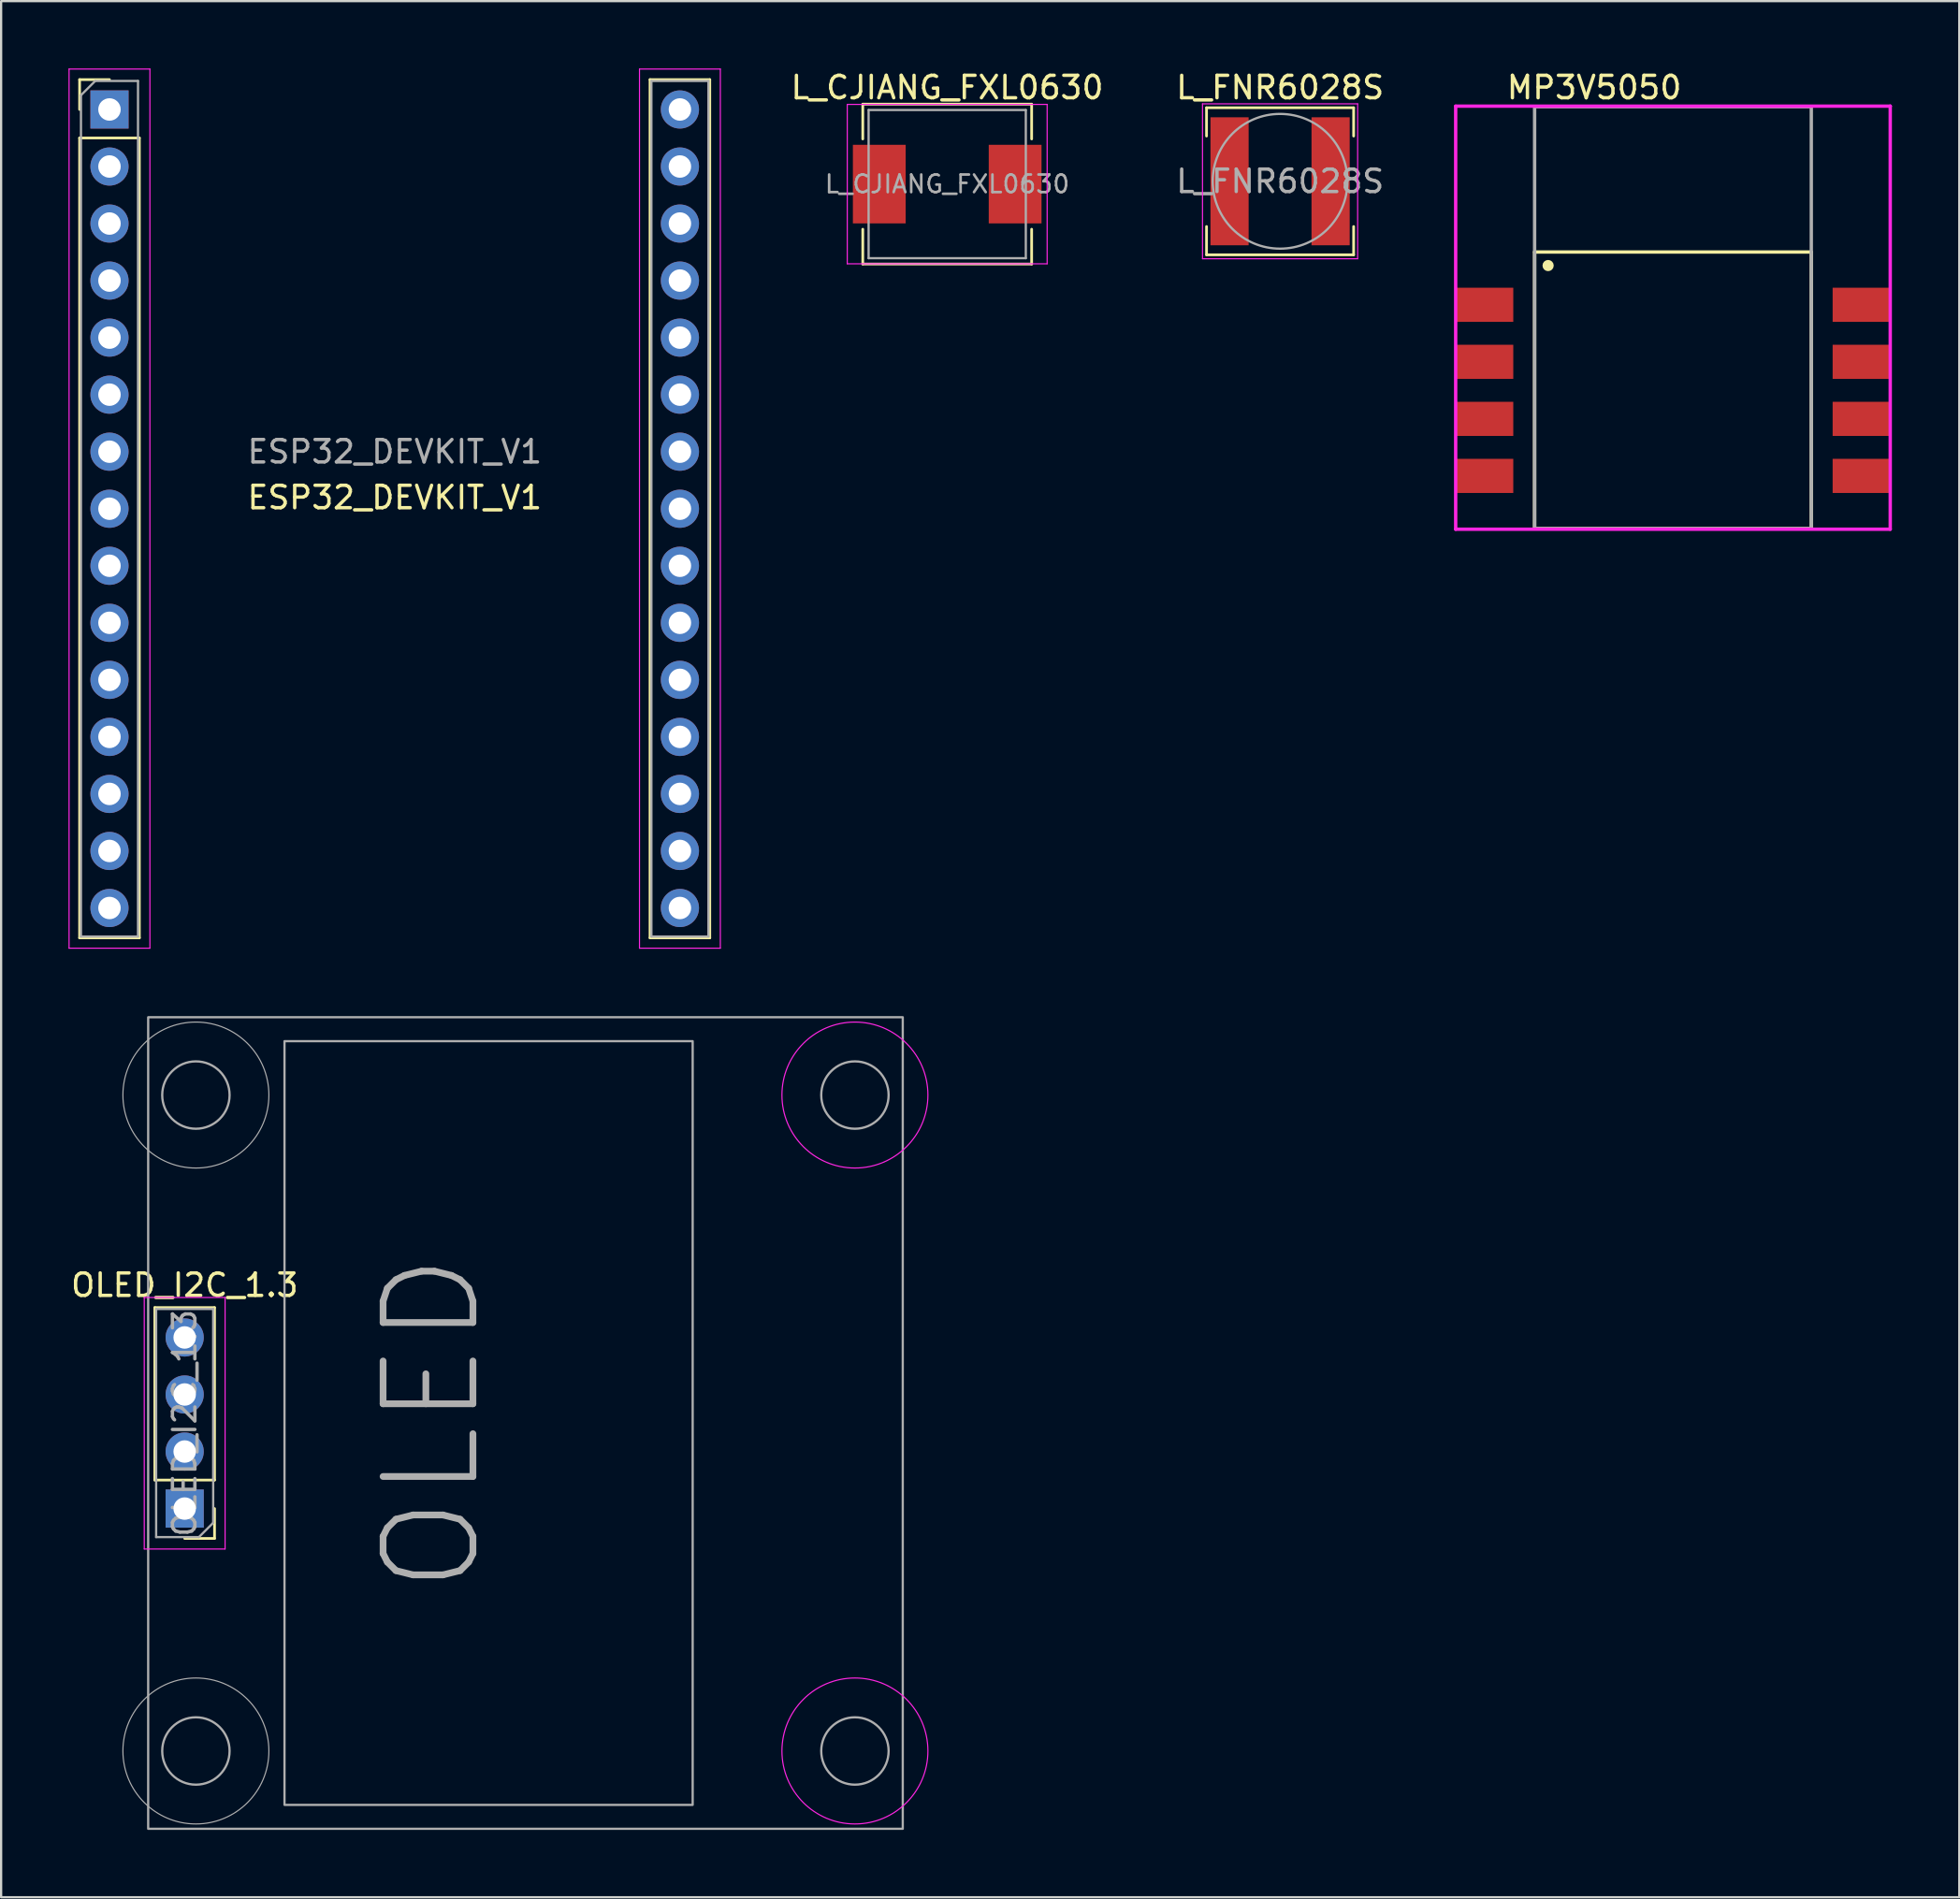
<source format=kicad_pcb>
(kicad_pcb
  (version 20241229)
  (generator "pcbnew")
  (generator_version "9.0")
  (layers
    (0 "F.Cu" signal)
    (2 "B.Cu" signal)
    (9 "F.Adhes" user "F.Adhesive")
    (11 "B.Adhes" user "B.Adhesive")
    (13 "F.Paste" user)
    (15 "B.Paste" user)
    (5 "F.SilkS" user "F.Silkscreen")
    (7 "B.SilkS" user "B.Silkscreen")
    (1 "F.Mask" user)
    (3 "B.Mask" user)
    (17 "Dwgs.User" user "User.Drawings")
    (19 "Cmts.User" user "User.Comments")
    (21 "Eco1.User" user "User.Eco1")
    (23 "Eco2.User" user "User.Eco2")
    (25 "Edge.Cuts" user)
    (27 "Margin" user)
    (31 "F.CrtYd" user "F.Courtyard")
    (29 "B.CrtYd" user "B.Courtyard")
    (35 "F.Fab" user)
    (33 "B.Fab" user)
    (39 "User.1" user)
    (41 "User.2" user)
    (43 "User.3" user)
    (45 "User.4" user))
  (footprint "L_FNR6028S"
    (layer "F.Cu")
    (at 53.949 5.023)
    (property "Reference" "L_FNR6028S" (at 0 -4.175 0) (layer "F.SilkS") (effects (font (size 1 1) (thickness 0.15))))
    (attr smd)
    (fp_line (start -3.275 -3.275) (end 3.275 -3.275) (stroke (width 0.12) (type solid)) (layer "F.SilkS"))
    (fp_line (start -3.275 -2.014) (end -3.275 -3.275) (stroke (width 0.12) (type solid)) (layer "F.SilkS"))
    (fp_line (start -3.275 2.014) (end -3.275 3.275) (stroke (width 0.12) (type solid)) (layer "F.SilkS"))
    (fp_line (start -3.275 3.275) (end 3.275 3.275) (stroke (width 0.12) (type solid)) (layer "F.SilkS"))
    (fp_line (start 3.275 -3.275) (end 3.275 -2.014) (stroke (width 0.12) (type solid)) (layer "F.SilkS"))
    (fp_line (start 3.275 3.275) (end 3.275 2.014) (stroke (width 0.12) (type solid)) (layer "F.SilkS"))
    (fp_line (start -3.454 -3.45) (end -3.454 3.45) (stroke (width 0.05) (type solid)) (layer "F.CrtYd"))
    (fp_line (start -3.454 3.45) (end 3.454 3.45) (stroke (width 0.05) (type solid)) (layer "F.CrtYd"))
    (fp_line (start 3.454 -3.45) (end -3.454 -3.45) (stroke (width 0.05) (type solid)) (layer "F.CrtYd"))
    (fp_line (start 3.454 3.45) (end 3.454 -3.45) (stroke (width 0.05) (type solid)) (layer "F.CrtYd"))
    (fp_circle (center 0 0) (end 3 0) (stroke (width 0.1) (type default)) (fill no) (layer "F.Fab"))
    (fp_text user "${REFERENCE}" (at 0 0 0) (layer "F.Fab") (effects (font (size 1 1) (thickness 0.15))))
    (pad "1" smd rect (at -2.25 0) (size 1.7 5.7) (layers "F.Cu" "F.Mask" "F.Paste"))
    (pad "2" smd rect (at 2.25 0) (size 1.7 5.7) (layers "F.Cu" "F.Mask" "F.Paste")))
  (footprint "MP3V5050"
    (layer "F.Cu")
    (at 71.443 14.333)
    (property "Reference" "MP3V5050" (at -7.485 -13.485 0) (layer "F.SilkS") (effects (font (size 1 1) (thickness 0.15)) (justify left)))
    (attr smd)
    (fp_line (start -6.16 -6.16) (end 6.16 -6.16) (stroke (width 0.15) (type solid)) (layer "F.SilkS"))
    (fp_line (start -6.16 6.16) (end -6.16 -6.16) (stroke (width 0.15) (type solid)) (layer "F.SilkS"))
    (fp_line (start -6.16 6.16) (end 6.16 6.16) (stroke (width 0.15) (type solid)) (layer "F.SilkS"))
    (fp_line (start 6.16 6.16) (end 6.16 -6.16) (stroke (width 0.15) (type solid)) (layer "F.SilkS"))
    (fp_circle (center -5.559 -5.557) (end -5.434 -5.557) (stroke (width 0.25) (type solid)) (fill no) (layer "F.SilkS"))
    (fp_line (start -9.675 -12.655) (end -9.675 6.185) (stroke (width 0.15) (type solid)) (layer "F.CrtYd"))
    (fp_line (start -9.675 6.185) (end 9.675 6.185) (stroke (width 0.15) (type solid)) (layer "F.CrtYd"))
    (fp_line (start 9.675 -12.655) (end -9.675 -12.655) (stroke (width 0.15) (type solid)) (layer "F.CrtYd"))
    (fp_line (start 9.675 -12.655) (end 9.675 -12.655) (stroke (width 0.15) (type solid)) (layer "F.CrtYd"))
    (fp_line (start 9.675 6.185) (end 9.675 -12.655) (stroke (width 0.15) (type solid)) (layer "F.CrtYd"))
    (fp_line (start -6.16 -12.63) (end 6.16 -12.63) (stroke (width 0.15) (type solid)) (layer "F.Fab"))
    (fp_line (start -6.16 6.16) (end -6.16 -12.63) (stroke (width 0.15) (type solid)) (layer "F.Fab"))
    (fp_line (start 6.16 -12.63) (end 6.16 6.16) (stroke (width 0.15) (type solid)) (layer "F.Fab"))
    (fp_line (start 6.16 6.16) (end -6.16 6.16) (stroke (width 0.15) (type solid)) (layer "F.Fab"))
    (pad "1" smd rect (at -8.38 -3.81) (size 2.54 1.52) (layers "F.Cu" "F.Mask" "F.Paste"))
    (pad "2" smd rect (at -8.38 -1.27) (size 2.54 1.52) (layers "F.Cu" "F.Mask" "F.Paste"))
    (pad "3" smd rect (at -8.38 1.27) (size 2.54 1.52) (layers "F.Cu" "F.Mask" "F.Paste"))
    (pad "4" smd rect (at -8.38 3.81) (size 2.54 1.52) (layers "F.Cu" "F.Mask" "F.Paste"))
    (pad "5" smd rect (at 8.38 3.81) (size 2.54 1.52) (layers "F.Cu" "F.Mask" "F.Paste"))
    (pad "6" smd rect (at 8.38 1.27) (size 2.54 1.52) (layers "F.Cu" "F.Mask" "F.Paste"))
    (pad "7" smd rect (at 8.38 -1.27) (size 2.54 1.52) (layers "F.Cu" "F.Mask" "F.Paste"))
    (pad "8" smd rect (at 8.38 -3.81) (size 2.54 1.52) (layers "F.Cu" "F.Mask" "F.Paste")))
  (footprint "ESP32_DEVKIT_V1"
    (layer "F.Cu")
    (at 14.525 19.605)
    (property "Reference" "ESP32_DEVKIT_V1" (at 0 -0.5 0) (unlocked yes) (layer "F.SilkS") (effects (font (size 1 1) (thickness 0.15))))
    (attr through_hole)
    (fp_line (start -14.03 -19.11) (end -12.7 -19.11) (stroke (width 0.12) (type solid)) (layer "F.SilkS"))
    (fp_line (start -14.03 -17.78) (end -14.03 -19.11) (stroke (width 0.12) (type solid)) (layer "F.SilkS"))
    (fp_line (start -14.03 -16.51) (end -14.03 19.11) (stroke (width 0.12) (type solid)) (layer "F.SilkS"))
    (fp_line (start -14.03 -16.51) (end -11.37 -16.51) (stroke (width 0.12) (type solid)) (layer "F.SilkS"))
    (fp_line (start -14.03 19.11) (end -11.37 19.11) (stroke (width 0.12) (type solid)) (layer "F.SilkS"))
    (fp_line (start -11.37 -16.51) (end -11.37 19.11) (stroke (width 0.12) (type solid)) (layer "F.SilkS"))
    (fp_line (start 11.37 -19.11) (end 11.37 19.11) (stroke (width 0.12) (type solid)) (layer "F.SilkS"))
    (fp_line (start 11.37 -19.11) (end 14.03 -19.11) (stroke (width 0.12) (type solid)) (layer "F.SilkS"))
    (fp_line (start 11.37 19.11) (end 14.03 19.11) (stroke (width 0.12) (type solid)) (layer "F.SilkS"))
    (fp_line (start 14.03 -19.11) (end 14.03 19.11) (stroke (width 0.12) (type solid)) (layer "F.SilkS"))
    (fp_line (start -14.5 -19.58) (end -14.5 19.57) (stroke (width 0.05) (type solid)) (layer "F.CrtYd"))
    (fp_line (start -14.5 19.57) (end -10.9 19.57) (stroke (width 0.05) (type solid)) (layer "F.CrtYd"))
    (fp_line (start -10.9 -19.58) (end -14.5 -19.58) (stroke (width 0.05) (type solid)) (layer "F.CrtYd"))
    (fp_line (start -10.9 19.57) (end -10.9 -19.58) (stroke (width 0.05) (type solid)) (layer "F.CrtYd"))
    (fp_line (start 10.9 -19.58) (end 10.9 19.57) (stroke (width 0.05) (type solid)) (layer "F.CrtYd"))
    (fp_line (start 10.9 19.57) (end 14.5 19.57) (stroke (width 0.05) (type solid)) (layer "F.CrtYd"))
    (fp_line (start 14.5 -19.58) (end 10.9 -19.58) (stroke (width 0.05) (type solid)) (layer "F.CrtYd"))
    (fp_line (start 14.5 19.57) (end 14.5 -19.58) (stroke (width 0.05) (type solid)) (layer "F.CrtYd"))
    (fp_line (start -13.97 -18.415) (end -13.335 -19.05) (stroke (width 0.1) (type solid)) (layer "F.Fab"))
    (fp_line (start -13.97 19.05) (end -13.97 -18.415) (stroke (width 0.1) (type solid)) (layer "F.Fab"))
    (fp_line (start -13.335 -19.05) (end -11.43 -19.05) (stroke (width 0.1) (type solid)) (layer "F.Fab"))
    (fp_line (start -11.43 -19.05) (end -11.43 19.05) (stroke (width 0.1) (type solid)) (layer "F.Fab"))
    (fp_line (start -11.43 19.05) (end -13.97 19.05) (stroke (width 0.1) (type solid)) (layer "F.Fab"))
    (fp_line (start 11.43 -19.05) (end 13.97 -19.05) (stroke (width 0.1) (type solid)) (layer "F.Fab"))
    (fp_line (start 11.43 19.05) (end 11.43 -19.05) (stroke (width 0.1) (type solid)) (layer "F.Fab"))
    (fp_line (start 13.97 -19.05) (end 13.97 19.05) (stroke (width 0.1) (type solid)) (layer "F.Fab"))
    (fp_line (start 13.97 19.05) (end 11.43 19.05) (stroke (width 0.1) (type solid)) (layer "F.Fab"))
    (fp_text user "${REFERENCE}" (at 0 -2.54 180) (layer "F.Fab") (effects (font (size 1 1) (thickness 0.15))))
    (pad "1" thru_hole rect (at -12.7 -17.78) (size 1.7 1.7) (drill 1) (layers "*.Cu" "*.Mask"))
    (pad "2" thru_hole oval (at -12.7 -15.24) (size 1.7 1.7) (drill 1) (layers "*.Cu" "*.Mask"))
    (pad "3" thru_hole oval (at -12.7 -12.7) (size 1.7 1.7) (drill 1) (layers "*.Cu" "*.Mask"))
    (pad "4" thru_hole oval (at -12.7 -10.16) (size 1.7 1.7) (drill 1) (layers "*.Cu" "*.Mask"))
    (pad "5" thru_hole oval (at -12.7 -7.62) (size 1.7 1.7) (drill 1) (layers "*.Cu" "*.Mask"))
    (pad "6" thru_hole oval (at -12.7 -5.08) (size 1.7 1.7) (drill 1) (layers "*.Cu" "*.Mask"))
    (pad "7" thru_hole oval (at -12.7 -2.54) (size 1.7 1.7) (drill 1) (layers "*.Cu" "*.Mask"))
    (pad "8" thru_hole oval (at -12.7 0) (size 1.7 1.7) (drill 1) (layers "*.Cu" "*.Mask"))
    (pad "9" thru_hole oval (at -12.7 2.54) (size 1.7 1.7) (drill 1) (layers "*.Cu" "*.Mask"))
    (pad "10" thru_hole oval (at -12.7 5.08) (size 1.7 1.7) (drill 1) (layers "*.Cu" "*.Mask"))
    (pad "11" thru_hole oval (at -12.7 7.62) (size 1.7 1.7) (drill 1) (layers "*.Cu" "*.Mask"))
    (pad "12" thru_hole oval (at -12.7 10.16) (size 1.7 1.7) (drill 1) (layers "*.Cu" "*.Mask"))
    (pad "13" thru_hole oval (at -12.7 12.7) (size 1.7 1.7) (drill 1) (layers "*.Cu" "*.Mask"))
    (pad "14" thru_hole oval (at -12.7 15.24) (size 1.7 1.7) (drill 1) (layers "*.Cu" "*.Mask"))
    (pad "15" thru_hole oval (at -12.7 17.78) (size 1.7 1.7) (drill 1) (layers "*.Cu" "*.Mask"))
    (pad "16" thru_hole oval (at 12.7 17.78) (size 1.7 1.7) (drill 1) (layers "*.Cu" "*.Mask"))
    (pad "17" thru_hole oval (at 12.7 15.24) (size 1.7 1.7) (drill 1) (layers "*.Cu" "*.Mask"))
    (pad "18" thru_hole oval (at 12.7 12.7) (size 1.7 1.7) (drill 1) (layers "*.Cu" "*.Mask"))
    (pad "19" thru_hole oval (at 12.7 10.16) (size 1.7 1.7) (drill 1) (layers "*.Cu" "*.Mask"))
    (pad "20" thru_hole oval (at 12.7 7.62) (size 1.7 1.7) (drill 1) (layers "*.Cu" "*.Mask"))
    (pad "21" thru_hole oval (at 12.7 5.08) (size 1.7 1.7) (drill 1) (layers "*.Cu" "*.Mask"))
    (pad "22" thru_hole oval (at 12.7 2.54) (size 1.7 1.7) (drill 1) (layers "*.Cu" "*.Mask"))
    (pad "23" thru_hole oval (at 12.7 0) (size 1.7 1.7) (drill 1) (layers "*.Cu" "*.Mask"))
    (pad "24" thru_hole oval (at 12.7 -2.54) (size 1.7 1.7) (drill 1) (layers "*.Cu" "*.Mask"))
    (pad "25" thru_hole oval (at 12.7 -5.08) (size 1.7 1.7) (drill 1) (layers "*.Cu" "*.Mask"))
    (pad "26" thru_hole oval (at 12.7 -7.62) (size 1.7 1.7) (drill 1) (layers "*.Cu" "*.Mask"))
    (pad "27" thru_hole oval (at 12.7 -10.16) (size 1.7 1.7) (drill 1) (layers "*.Cu" "*.Mask"))
    (pad "28" thru_hole oval (at 12.7 -12.7) (size 1.7 1.7) (drill 1) (layers "*.Cu" "*.Mask"))
    (pad "29" thru_hole oval (at 12.7 -15.24) (size 1.7 1.7) (drill 1) (layers "*.Cu" "*.Mask"))
    (pad "30" thru_hole oval (at 12.7 -17.78) (size 1.7 1.7) (drill 1) (layers "*.Cu" "*.Mask")))
  (footprint "OLED_I2C_1.3"
    (layer "F.Cu")
    (at 5.173 56.51)
    (property "Reference" "OLED_I2C_1.3" (at 0 -2.33 0) (layer "F.SilkS") (effects (font (size 1 1) (thickness 0.15))))
    (attr through_hole)
    (fp_line (start -1.33 6.35) (end -1.33 -1.33) (stroke (width 0.12) (type solid)) (layer "F.SilkS"))
    (fp_line (start 1.33 -1.33) (end -1.33 -1.33) (stroke (width 0.12) (type solid)) (layer "F.SilkS"))
    (fp_line (start 1.33 6.35) (end -1.33 6.35) (stroke (width 0.12) (type solid)) (layer "F.SilkS"))
    (fp_line (start 1.33 6.35) (end 1.33 -1.33) (stroke (width 0.12) (type solid)) (layer "F.SilkS"))
    (fp_line (start 1.33 7.62) (end 1.33 8.95) (stroke (width 0.12) (type solid)) (layer "F.SilkS"))
    (fp_line (start 1.33 8.95) (end 0 8.95) (stroke (width 0.12) (type solid)) (layer "F.SilkS"))
    (fp_line (start -1.8 -1.78) (end -1.8 9.42) (stroke (width 0.05) (type solid)) (layer "F.CrtYd"))
    (fp_line (start -1.8 9.42) (end 1.8 9.42) (stroke (width 0.05) (type solid)) (layer "F.CrtYd"))
    (fp_line (start 1.8 -1.78) (end -1.8 -1.78) (stroke (width 0.05) (type solid)) (layer "F.CrtYd"))
    (fp_line (start 1.8 9.42) (end 1.8 -1.78) (stroke (width 0.05) (type solid)) (layer "F.CrtYd"))
    (fp_circle (center 29.845 -10.795) (end 33.095 -10.795) (stroke (width 0.05) (type solid)) (fill no) (layer "F.CrtYd"))
    (fp_circle (center 29.845 18.415) (end 33.095 18.415) (stroke (width 0.05) (type solid)) (fill no) (layer "F.CrtYd"))
    (fp_line (start -1.27 -1.27) (end 1.27 -1.27) (stroke (width 0.1) (type solid)) (layer "F.Fab"))
    (fp_line (start -1.27 8.89) (end -1.27 -1.27) (stroke (width 0.1) (type solid)) (layer "F.Fab"))
    (fp_line (start 0.635 8.89) (end -1.27 8.89) (stroke (width 0.1) (type solid)) (layer "F.Fab"))
    (fp_line (start 1.27 -1.27) (end 1.27 8.255) (stroke (width 0.1) (type solid)) (layer "F.Fab"))
    (fp_line (start 1.27 8.255) (end 0.635 8.89) (stroke (width 0.1) (type solid)) (layer "F.Fab"))
    (fp_rect (start -1.625 -14.26) (end 31.975 21.88) (stroke (width 0.1) (type solid)) (fill no) (layer "F.Fab"))
    (fp_rect (start 4.445 -13.195) (end 22.62 20.815) (stroke (width 0.1) (type solid)) (fill no) (layer "F.Fab"))
    (fp_circle (center 0.5 -10.795) (end 2 -10.795) (stroke (width 0.1) (type solid)) (fill no) (layer "F.Fab"))
    (fp_circle (center 0.5 -10.795) (end 3.75 -10.795) (stroke (width 0.05) (type solid)) (fill no) (layer "F.Fab"))
    (fp_circle (center 0.5 18.415) (end 2 18.415) (stroke (width 0.1) (type solid)) (fill no) (layer "F.Fab"))
    (fp_circle (center 0.5 18.415) (end 3.75 18.415) (stroke (width 0.05) (type solid)) (fill no) (layer "F.Fab"))
    (fp_circle (center 29.845 -10.795) (end 31.345 -10.795) (stroke (width 0.1) (type solid)) (fill no) (layer "F.Fab"))
    (fp_circle (center 29.845 18.415) (end 31.345 18.415) (stroke (width 0.1) (type solid)) (fill no) (layer "F.Fab"))
    (fp_text user "${REFERENCE}" (at 0 3.81 270) (layer "F.Fab") (effects (font (size 1 1) (thickness 0.15))))
    (fp_text user "OLED" (at 11 3.81 90) (unlocked yes) (layer "F.Fab") (effects (font (size 4 4) (thickness 0.3))))
    (pad "1" thru_hole rect (at 0 7.62 180) (size 1.7 1.7) (drill 1) (layers "*.Cu" "*.Mask"))
    (pad "2" thru_hole oval (at 0 5.08 180) (size 1.7 1.7) (drill 1) (layers "*.Cu" "*.Mask"))
    (pad "3" thru_hole oval (at 0 2.54 180) (size 1.7 1.7) (drill 1) (layers "*.Cu" "*.Mask"))
    (pad "4" thru_hole oval (at 0 0 180) (size 1.7 1.7) (drill 1) (layers "*.Cu" "*.Mask")))
  (footprint "L_CJIANG_FXL0630"
    (layer "F.Cu")
    (at 39.127 5.148)
    (property "Reference" "L_CJIANG_FXL0630" (at 0 -4.3 0) (layer "F.SilkS") (effects (font (size 1 1) (thickness 0.15))))
    (attr smd)
    (fp_line (start -3.76 -3.56) (end -3.76 -2.01) (stroke (width 0.12) (type solid)) (layer "F.SilkS"))
    (fp_line (start -3.76 -3.56) (end 3.76 -3.56) (stroke (width 0.12) (type solid)) (layer "F.SilkS"))
    (fp_line (start -3.76 3.56) (end -3.76 2.01) (stroke (width 0.12) (type solid)) (layer "F.SilkS"))
    (fp_line (start -3.76 3.56) (end 3.76 3.56) (stroke (width 0.12) (type solid)) (layer "F.SilkS"))
    (fp_line (start 3.76 -3.56) (end 3.76 -2.01) (stroke (width 0.12) (type solid)) (layer "F.SilkS"))
    (fp_line (start 3.76 3.56) (end 3.76 2.01) (stroke (width 0.12) (type solid)) (layer "F.SilkS"))
    (fp_line (start -4.45 -3.55) (end -4.45 3.55) (stroke (width 0.05) (type solid)) (layer "F.CrtYd"))
    (fp_line (start -4.45 3.55) (end 4.45 3.55) (stroke (width 0.05) (type solid)) (layer "F.CrtYd"))
    (fp_line (start 4.45 -3.55) (end -4.45 -3.55) (stroke (width 0.05) (type solid)) (layer "F.CrtYd"))
    (fp_line (start 4.45 3.55) (end 4.45 -3.55) (stroke (width 0.05) (type solid)) (layer "F.CrtYd"))
    (fp_line (start -3.5 -3.3) (end -3.5 3.3) (stroke (width 0.1) (type solid)) (layer "F.Fab"))
    (fp_line (start -3.5 3.3) (end 3.5 3.3) (stroke (width 0.1) (type solid)) (layer "F.Fab"))
    (fp_line (start 3.5 -3.3) (end -3.5 -3.3) (stroke (width 0.1) (type solid)) (layer "F.Fab"))
    (fp_line (start 3.5 3.3) (end 3.5 -3.3) (stroke (width 0.1) (type solid)) (layer "F.Fab"))
    (fp_text user "${REFERENCE}" (at 0 0 0) (layer "F.Fab") (effects (font (size 0.783 0.783) (thickness 0.117))))
    (pad "1" smd rect (at -3.025 0) (size 2.35 3.5) (layers "F.Cu" "F.Mask" "F.Paste"))
    (pad "2" smd rect (at 3.025 0) (size 2.35 3.5) (layers "F.Cu" "F.Mask" "F.Paste")))
  (gr_rect
    (start -3 -3)
    (end 84.193 81.44)
    (stroke (width 0.1) (type default))
    (fill no)
    (layer "Edge.Cuts")))
</source>
